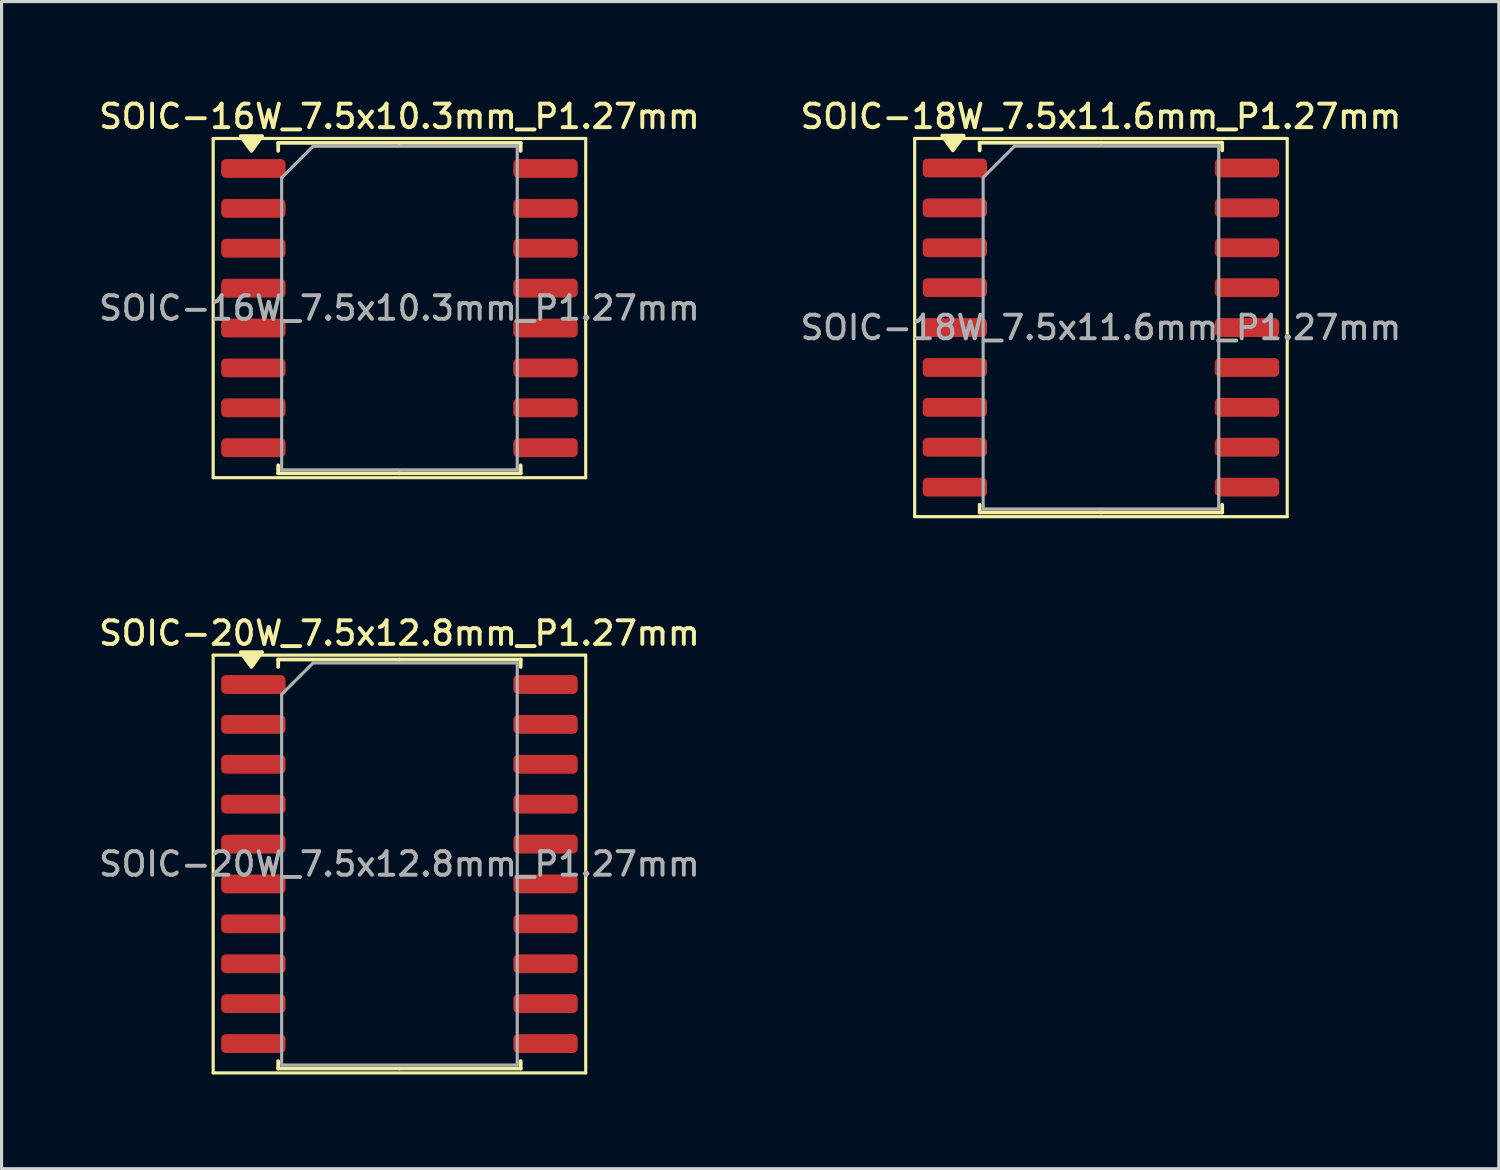
<source format=kicad_pcb>
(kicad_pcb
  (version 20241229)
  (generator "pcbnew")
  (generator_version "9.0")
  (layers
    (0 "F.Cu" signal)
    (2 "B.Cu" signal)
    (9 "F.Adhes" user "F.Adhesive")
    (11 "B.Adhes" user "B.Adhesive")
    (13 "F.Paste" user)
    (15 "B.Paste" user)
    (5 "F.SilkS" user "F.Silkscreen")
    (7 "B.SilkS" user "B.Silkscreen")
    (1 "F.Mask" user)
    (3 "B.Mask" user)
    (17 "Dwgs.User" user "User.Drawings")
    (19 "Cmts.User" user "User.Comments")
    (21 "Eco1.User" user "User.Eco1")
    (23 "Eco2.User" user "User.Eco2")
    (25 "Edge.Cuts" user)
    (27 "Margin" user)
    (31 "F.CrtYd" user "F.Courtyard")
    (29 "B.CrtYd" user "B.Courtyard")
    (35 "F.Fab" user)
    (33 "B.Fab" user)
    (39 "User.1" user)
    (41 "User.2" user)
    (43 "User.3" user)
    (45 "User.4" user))
  (footprint "SOIC-20W_7.5x12.8mm_P1.27mm"
    (layer "F.Cu")
    (at 9.666 24.456)
    (property "Reference" "SOIC-20W_7.5x12.8mm_P1.27mm" (at 0 -7.35 0) (layer "F.SilkS") (effects (font (size 0.75 0.75) (thickness 0.125))))
    (attr smd)
    (fp_line (start -5.93 -6.65) (end -5.93 6.65) (stroke (width 0.1) (type solid)) (layer "F.SilkS"))
    (fp_line (start -5.93 6.65) (end 5.93 6.65) (stroke (width 0.1) (type solid)) (layer "F.SilkS"))
    (fp_line (start -3.86 -6.51) (end -3.86 -6.275) (stroke (width 0.12) (type solid)) (layer "F.SilkS"))
    (fp_line (start -3.86 6.51) (end -3.86 6.275) (stroke (width 0.12) (type solid)) (layer "F.SilkS"))
    (fp_line (start 0 -6.51) (end -3.86 -6.51) (stroke (width 0.12) (type solid)) (layer "F.SilkS"))
    (fp_line (start 0 -6.51) (end 3.86 -6.51) (stroke (width 0.12) (type solid)) (layer "F.SilkS"))
    (fp_line (start 0 6.51) (end -3.86 6.51) (stroke (width 0.12) (type solid)) (layer "F.SilkS"))
    (fp_line (start 0 6.51) (end 3.86 6.51) (stroke (width 0.12) (type solid)) (layer "F.SilkS"))
    (fp_line (start 3.86 -6.51) (end 3.86 -6.275) (stroke (width 0.12) (type solid)) (layer "F.SilkS"))
    (fp_line (start 3.86 6.51) (end 3.86 6.275) (stroke (width 0.12) (type solid)) (layer "F.SilkS"))
    (fp_line (start 5.93 -6.65) (end -5.93 -6.65) (stroke (width 0.1) (type solid)) (layer "F.SilkS"))
    (fp_line (start 5.93 6.65) (end 5.93 -6.65) (stroke (width 0.1) (type solid)) (layer "F.SilkS"))
    (fp_poly (pts (xy -4.713 -6.275) (xy -5.053 -6.745) (xy -4.372 -6.745) (xy -4.713 -6.275)) (stroke (width 0.12) (type solid)) (fill yes) (layer "F.SilkS"))
    (fp_line (start -3.75 -5.4) (end -2.75 -6.4) (stroke (width 0.1) (type solid)) (layer "F.Fab"))
    (fp_line (start -3.75 6.4) (end -3.75 -5.4) (stroke (width 0.1) (type solid)) (layer "F.Fab"))
    (fp_line (start -2.75 -6.4) (end 3.75 -6.4) (stroke (width 0.1) (type solid)) (layer "F.Fab"))
    (fp_line (start 3.75 -6.4) (end 3.75 6.4) (stroke (width 0.1) (type solid)) (layer "F.Fab"))
    (fp_line (start 3.75 6.4) (end -3.75 6.4) (stroke (width 0.1) (type solid)) (layer "F.Fab"))
    (fp_text user "${REFERENCE}" (at 0 0 0) (layer "F.Fab") (effects (font (size 0.75 0.75) (thickness 0.125))))
    (pad "1" smd roundrect (at -4.65 -5.715) (size 2.05 0.6) (layers "F.Cu" "F.Mask" "F.Paste") (roundrect_rratio 0.25))
    (pad "2" smd roundrect (at -4.65 -4.445) (size 2.05 0.6) (layers "F.Cu" "F.Mask" "F.Paste") (roundrect_rratio 0.25))
    (pad "3" smd roundrect (at -4.65 -3.175) (size 2.05 0.6) (layers "F.Cu" "F.Mask" "F.Paste") (roundrect_rratio 0.25))
    (pad "4" smd roundrect (at -4.65 -1.905) (size 2.05 0.6) (layers "F.Cu" "F.Mask" "F.Paste") (roundrect_rratio 0.25))
    (pad "5" smd roundrect (at -4.65 -0.635) (size 2.05 0.6) (layers "F.Cu" "F.Mask" "F.Paste") (roundrect_rratio 0.25))
    (pad "6" smd roundrect (at -4.65 0.635) (size 2.05 0.6) (layers "F.Cu" "F.Mask" "F.Paste") (roundrect_rratio 0.25))
    (pad "7" smd roundrect (at -4.65 1.905) (size 2.05 0.6) (layers "F.Cu" "F.Mask" "F.Paste") (roundrect_rratio 0.25))
    (pad "8" smd roundrect (at -4.65 3.175) (size 2.05 0.6) (layers "F.Cu" "F.Mask" "F.Paste") (roundrect_rratio 0.25))
    (pad "9" smd roundrect (at -4.65 4.445) (size 2.05 0.6) (layers "F.Cu" "F.Mask" "F.Paste") (roundrect_rratio 0.25))
    (pad "10" smd roundrect (at -4.65 5.715) (size 2.05 0.6) (layers "F.Cu" "F.Mask" "F.Paste") (roundrect_rratio 0.25))
    (pad "11" smd roundrect (at 4.65 5.715) (size 2.05 0.6) (layers "F.Cu" "F.Mask" "F.Paste") (roundrect_rratio 0.25))
    (pad "12" smd roundrect (at 4.65 4.445) (size 2.05 0.6) (layers "F.Cu" "F.Mask" "F.Paste") (roundrect_rratio 0.25))
    (pad "13" smd roundrect (at 4.65 3.175) (size 2.05 0.6) (layers "F.Cu" "F.Mask" "F.Paste") (roundrect_rratio 0.25))
    (pad "14" smd roundrect (at 4.65 1.905) (size 2.05 0.6) (layers "F.Cu" "F.Mask" "F.Paste") (roundrect_rratio 0.25))
    (pad "15" smd roundrect (at 4.65 0.635) (size 2.05 0.6) (layers "F.Cu" "F.Mask" "F.Paste") (roundrect_rratio 0.25))
    (pad "16" smd roundrect (at 4.65 -0.635) (size 2.05 0.6) (layers "F.Cu" "F.Mask" "F.Paste") (roundrect_rratio 0.25))
    (pad "17" smd roundrect (at 4.65 -1.905) (size 2.05 0.6) (layers "F.Cu" "F.Mask" "F.Paste") (roundrect_rratio 0.25))
    (pad "18" smd roundrect (at 4.65 -3.175) (size 2.05 0.6) (layers "F.Cu" "F.Mask" "F.Paste") (roundrect_rratio 0.25))
    (pad "19" smd roundrect (at 4.65 -4.445) (size 2.05 0.6) (layers "F.Cu" "F.Mask" "F.Paste") (roundrect_rratio 0.25))
    (pad "20" smd roundrect (at 4.65 -5.715) (size 2.05 0.6) (layers "F.Cu" "F.Mask" "F.Paste") (roundrect_rratio 0.25)))
  (footprint "SOIC-18W_7.5x11.6mm_P1.27mm"
    (layer "F.Cu")
    (at 31.998 7.378)
    (property "Reference" "SOIC-18W_7.5x11.6mm_P1.27mm" (at 0 -6.72 0) (layer "F.SilkS") (effects (font (size 0.75 0.75) (thickness 0.125))))
    (attr smd)
    (fp_line (start -5.93 -6.02) (end -5.93 6.02) (stroke (width 0.1) (type solid)) (layer "F.SilkS"))
    (fp_line (start -5.93 6.02) (end 5.93 6.02) (stroke (width 0.1) (type solid)) (layer "F.SilkS"))
    (fp_line (start -3.86 -5.885) (end -3.86 -5.64) (stroke (width 0.12) (type solid)) (layer "F.SilkS"))
    (fp_line (start -3.86 5.885) (end -3.86 5.64) (stroke (width 0.12) (type solid)) (layer "F.SilkS"))
    (fp_line (start 0 -5.885) (end -3.86 -5.885) (stroke (width 0.12) (type solid)) (layer "F.SilkS"))
    (fp_line (start 0 -5.885) (end 3.86 -5.885) (stroke (width 0.12) (type solid)) (layer "F.SilkS"))
    (fp_line (start 0 5.885) (end -3.86 5.885) (stroke (width 0.12) (type solid)) (layer "F.SilkS"))
    (fp_line (start 0 5.885) (end 3.86 5.885) (stroke (width 0.12) (type solid)) (layer "F.SilkS"))
    (fp_line (start 3.86 -5.885) (end 3.86 -5.64) (stroke (width 0.12) (type solid)) (layer "F.SilkS"))
    (fp_line (start 3.86 5.885) (end 3.86 5.64) (stroke (width 0.12) (type solid)) (layer "F.SilkS"))
    (fp_line (start 5.93 -6.02) (end -5.93 -6.02) (stroke (width 0.1) (type solid)) (layer "F.SilkS"))
    (fp_line (start 5.93 6.02) (end 5.93 -6.02) (stroke (width 0.1) (type solid)) (layer "F.SilkS"))
    (fp_poly (pts (xy -4.713 -5.64) (xy -5.053 -6.11) (xy -4.372 -6.11) (xy -4.713 -5.64)) (stroke (width 0.12) (type solid)) (fill yes) (layer "F.SilkS"))
    (fp_line (start -3.75 -4.775) (end -2.75 -5.775) (stroke (width 0.1) (type solid)) (layer "F.Fab"))
    (fp_line (start -3.75 5.775) (end -3.75 -4.775) (stroke (width 0.1) (type solid)) (layer "F.Fab"))
    (fp_line (start -2.75 -5.775) (end 3.75 -5.775) (stroke (width 0.1) (type solid)) (layer "F.Fab"))
    (fp_line (start 3.75 -5.775) (end 3.75 5.775) (stroke (width 0.1) (type solid)) (layer "F.Fab"))
    (fp_line (start 3.75 5.775) (end -3.75 5.775) (stroke (width 0.1) (type solid)) (layer "F.Fab"))
    (fp_text user "${REFERENCE}" (at 0 0 0) (layer "F.Fab") (effects (font (size 0.75 0.75) (thickness 0.125))))
    (pad "1" smd roundrect (at -4.65 -5.08) (size 2.05 0.6) (layers "F.Cu" "F.Mask" "F.Paste") (roundrect_rratio 0.25))
    (pad "2" smd roundrect (at -4.65 -3.81) (size 2.05 0.6) (layers "F.Cu" "F.Mask" "F.Paste") (roundrect_rratio 0.25))
    (pad "3" smd roundrect (at -4.65 -2.54) (size 2.05 0.6) (layers "F.Cu" "F.Mask" "F.Paste") (roundrect_rratio 0.25))
    (pad "4" smd roundrect (at -4.65 -1.27) (size 2.05 0.6) (layers "F.Cu" "F.Mask" "F.Paste") (roundrect_rratio 0.25))
    (pad "5" smd roundrect (at -4.65 0) (size 2.05 0.6) (layers "F.Cu" "F.Mask" "F.Paste") (roundrect_rratio 0.25))
    (pad "6" smd roundrect (at -4.65 1.27) (size 2.05 0.6) (layers "F.Cu" "F.Mask" "F.Paste") (roundrect_rratio 0.25))
    (pad "7" smd roundrect (at -4.65 2.54) (size 2.05 0.6) (layers "F.Cu" "F.Mask" "F.Paste") (roundrect_rratio 0.25))
    (pad "8" smd roundrect (at -4.65 3.81) (size 2.05 0.6) (layers "F.Cu" "F.Mask" "F.Paste") (roundrect_rratio 0.25))
    (pad "9" smd roundrect (at -4.65 5.08) (size 2.05 0.6) (layers "F.Cu" "F.Mask" "F.Paste") (roundrect_rratio 0.25))
    (pad "10" smd roundrect (at 4.65 5.08) (size 2.05 0.6) (layers "F.Cu" "F.Mask" "F.Paste") (roundrect_rratio 0.25))
    (pad "11" smd roundrect (at 4.65 3.81) (size 2.05 0.6) (layers "F.Cu" "F.Mask" "F.Paste") (roundrect_rratio 0.25))
    (pad "12" smd roundrect (at 4.65 2.54) (size 2.05 0.6) (layers "F.Cu" "F.Mask" "F.Paste") (roundrect_rratio 0.25))
    (pad "13" smd roundrect (at 4.65 1.27) (size 2.05 0.6) (layers "F.Cu" "F.Mask" "F.Paste") (roundrect_rratio 0.25))
    (pad "14" smd roundrect (at 4.65 0) (size 2.05 0.6) (layers "F.Cu" "F.Mask" "F.Paste") (roundrect_rratio 0.25))
    (pad "15" smd roundrect (at 4.65 -1.27) (size 2.05 0.6) (layers "F.Cu" "F.Mask" "F.Paste") (roundrect_rratio 0.25))
    (pad "16" smd roundrect (at 4.65 -2.54) (size 2.05 0.6) (layers "F.Cu" "F.Mask" "F.Paste") (roundrect_rratio 0.25))
    (pad "17" smd roundrect (at 4.65 -3.81) (size 2.05 0.6) (layers "F.Cu" "F.Mask" "F.Paste") (roundrect_rratio 0.25))
    (pad "18" smd roundrect (at 4.65 -5.08) (size 2.05 0.6) (layers "F.Cu" "F.Mask" "F.Paste") (roundrect_rratio 0.25)))
  (footprint "SOIC-16W_7.5x10.3mm_P1.27mm"
    (layer "F.Cu")
    (at 9.666 6.758)
    (property "Reference" "SOIC-16W_7.5x10.3mm_P1.27mm" (at 0 -6.1 0) (layer "F.SilkS") (effects (font (size 0.75 0.75) (thickness 0.125))))
    (attr smd)
    (fp_line (start -5.93 -5.4) (end -5.93 5.4) (stroke (width 0.1) (type solid)) (layer "F.SilkS"))
    (fp_line (start -5.93 5.4) (end 5.93 5.4) (stroke (width 0.1) (type solid)) (layer "F.SilkS"))
    (fp_line (start -3.86 -5.26) (end -3.86 -5.005) (stroke (width 0.12) (type solid)) (layer "F.SilkS"))
    (fp_line (start -3.86 5.26) (end -3.86 5.005) (stroke (width 0.12) (type solid)) (layer "F.SilkS"))
    (fp_line (start 0 -5.26) (end -3.86 -5.26) (stroke (width 0.12) (type solid)) (layer "F.SilkS"))
    (fp_line (start 0 -5.26) (end 3.86 -5.26) (stroke (width 0.12) (type solid)) (layer "F.SilkS"))
    (fp_line (start 0 5.26) (end -3.86 5.26) (stroke (width 0.12) (type solid)) (layer "F.SilkS"))
    (fp_line (start 0 5.26) (end 3.86 5.26) (stroke (width 0.12) (type solid)) (layer "F.SilkS"))
    (fp_line (start 3.86 -5.26) (end 3.86 -5.005) (stroke (width 0.12) (type solid)) (layer "F.SilkS"))
    (fp_line (start 3.86 5.26) (end 3.86 5.005) (stroke (width 0.12) (type solid)) (layer "F.SilkS"))
    (fp_line (start 5.93 -5.4) (end -5.93 -5.4) (stroke (width 0.1) (type solid)) (layer "F.SilkS"))
    (fp_line (start 5.93 5.4) (end 5.93 -5.4) (stroke (width 0.1) (type solid)) (layer "F.SilkS"))
    (fp_poly (pts (xy -4.713 -5.005) (xy -5.053 -5.475) (xy -4.372 -5.475) (xy -4.713 -5.005)) (stroke (width 0.12) (type solid)) (fill yes) (layer "F.SilkS"))
    (fp_line (start -3.75 -4.15) (end -2.75 -5.15) (stroke (width 0.1) (type solid)) (layer "F.Fab"))
    (fp_line (start -3.75 5.15) (end -3.75 -4.15) (stroke (width 0.1) (type solid)) (layer "F.Fab"))
    (fp_line (start -2.75 -5.15) (end 3.75 -5.15) (stroke (width 0.1) (type solid)) (layer "F.Fab"))
    (fp_line (start 3.75 -5.15) (end 3.75 5.15) (stroke (width 0.1) (type solid)) (layer "F.Fab"))
    (fp_line (start 3.75 5.15) (end -3.75 5.15) (stroke (width 0.1) (type solid)) (layer "F.Fab"))
    (fp_text user "${REFERENCE}" (at 0 0 0) (layer "F.Fab") (effects (font (size 0.75 0.75) (thickness 0.125))))
    (pad "1" smd roundrect (at -4.65 -4.445) (size 2.05 0.6) (layers "F.Cu" "F.Mask" "F.Paste") (roundrect_rratio 0.25))
    (pad "2" smd roundrect (at -4.65 -3.175) (size 2.05 0.6) (layers "F.Cu" "F.Mask" "F.Paste") (roundrect_rratio 0.25))
    (pad "3" smd roundrect (at -4.65 -1.905) (size 2.05 0.6) (layers "F.Cu" "F.Mask" "F.Paste") (roundrect_rratio 0.25))
    (pad "4" smd roundrect (at -4.65 -0.635) (size 2.05 0.6) (layers "F.Cu" "F.Mask" "F.Paste") (roundrect_rratio 0.25))
    (pad "5" smd roundrect (at -4.65 0.635) (size 2.05 0.6) (layers "F.Cu" "F.Mask" "F.Paste") (roundrect_rratio 0.25))
    (pad "6" smd roundrect (at -4.65 1.905) (size 2.05 0.6) (layers "F.Cu" "F.Mask" "F.Paste") (roundrect_rratio 0.25))
    (pad "7" smd roundrect (at -4.65 3.175) (size 2.05 0.6) (layers "F.Cu" "F.Mask" "F.Paste") (roundrect_rratio 0.25))
    (pad "8" smd roundrect (at -4.65 4.445) (size 2.05 0.6) (layers "F.Cu" "F.Mask" "F.Paste") (roundrect_rratio 0.25))
    (pad "9" smd roundrect (at 4.65 4.445) (size 2.05 0.6) (layers "F.Cu" "F.Mask" "F.Paste") (roundrect_rratio 0.25))
    (pad "10" smd roundrect (at 4.65 3.175) (size 2.05 0.6) (layers "F.Cu" "F.Mask" "F.Paste") (roundrect_rratio 0.25))
    (pad "11" smd roundrect (at 4.65 1.905) (size 2.05 0.6) (layers "F.Cu" "F.Mask" "F.Paste") (roundrect_rratio 0.25))
    (pad "12" smd roundrect (at 4.65 0.635) (size 2.05 0.6) (layers "F.Cu" "F.Mask" "F.Paste") (roundrect_rratio 0.25))
    (pad "13" smd roundrect (at 4.65 -0.635) (size 2.05 0.6) (layers "F.Cu" "F.Mask" "F.Paste") (roundrect_rratio 0.25))
    (pad "14" smd roundrect (at 4.65 -1.905) (size 2.05 0.6) (layers "F.Cu" "F.Mask" "F.Paste") (roundrect_rratio 0.25))
    (pad "15" smd roundrect (at 4.65 -3.175) (size 2.05 0.6) (layers "F.Cu" "F.Mask" "F.Paste") (roundrect_rratio 0.25))
    (pad "16" smd roundrect (at 4.65 -4.445) (size 2.05 0.6) (layers "F.Cu" "F.Mask" "F.Paste") (roundrect_rratio 0.25)))
  (gr_rect
    (start -3 -3)
    (end 44.664 34.156)
    (stroke (width 0.1) (type default))
    (fill no)
    (layer "Edge.Cuts")))
</source>
